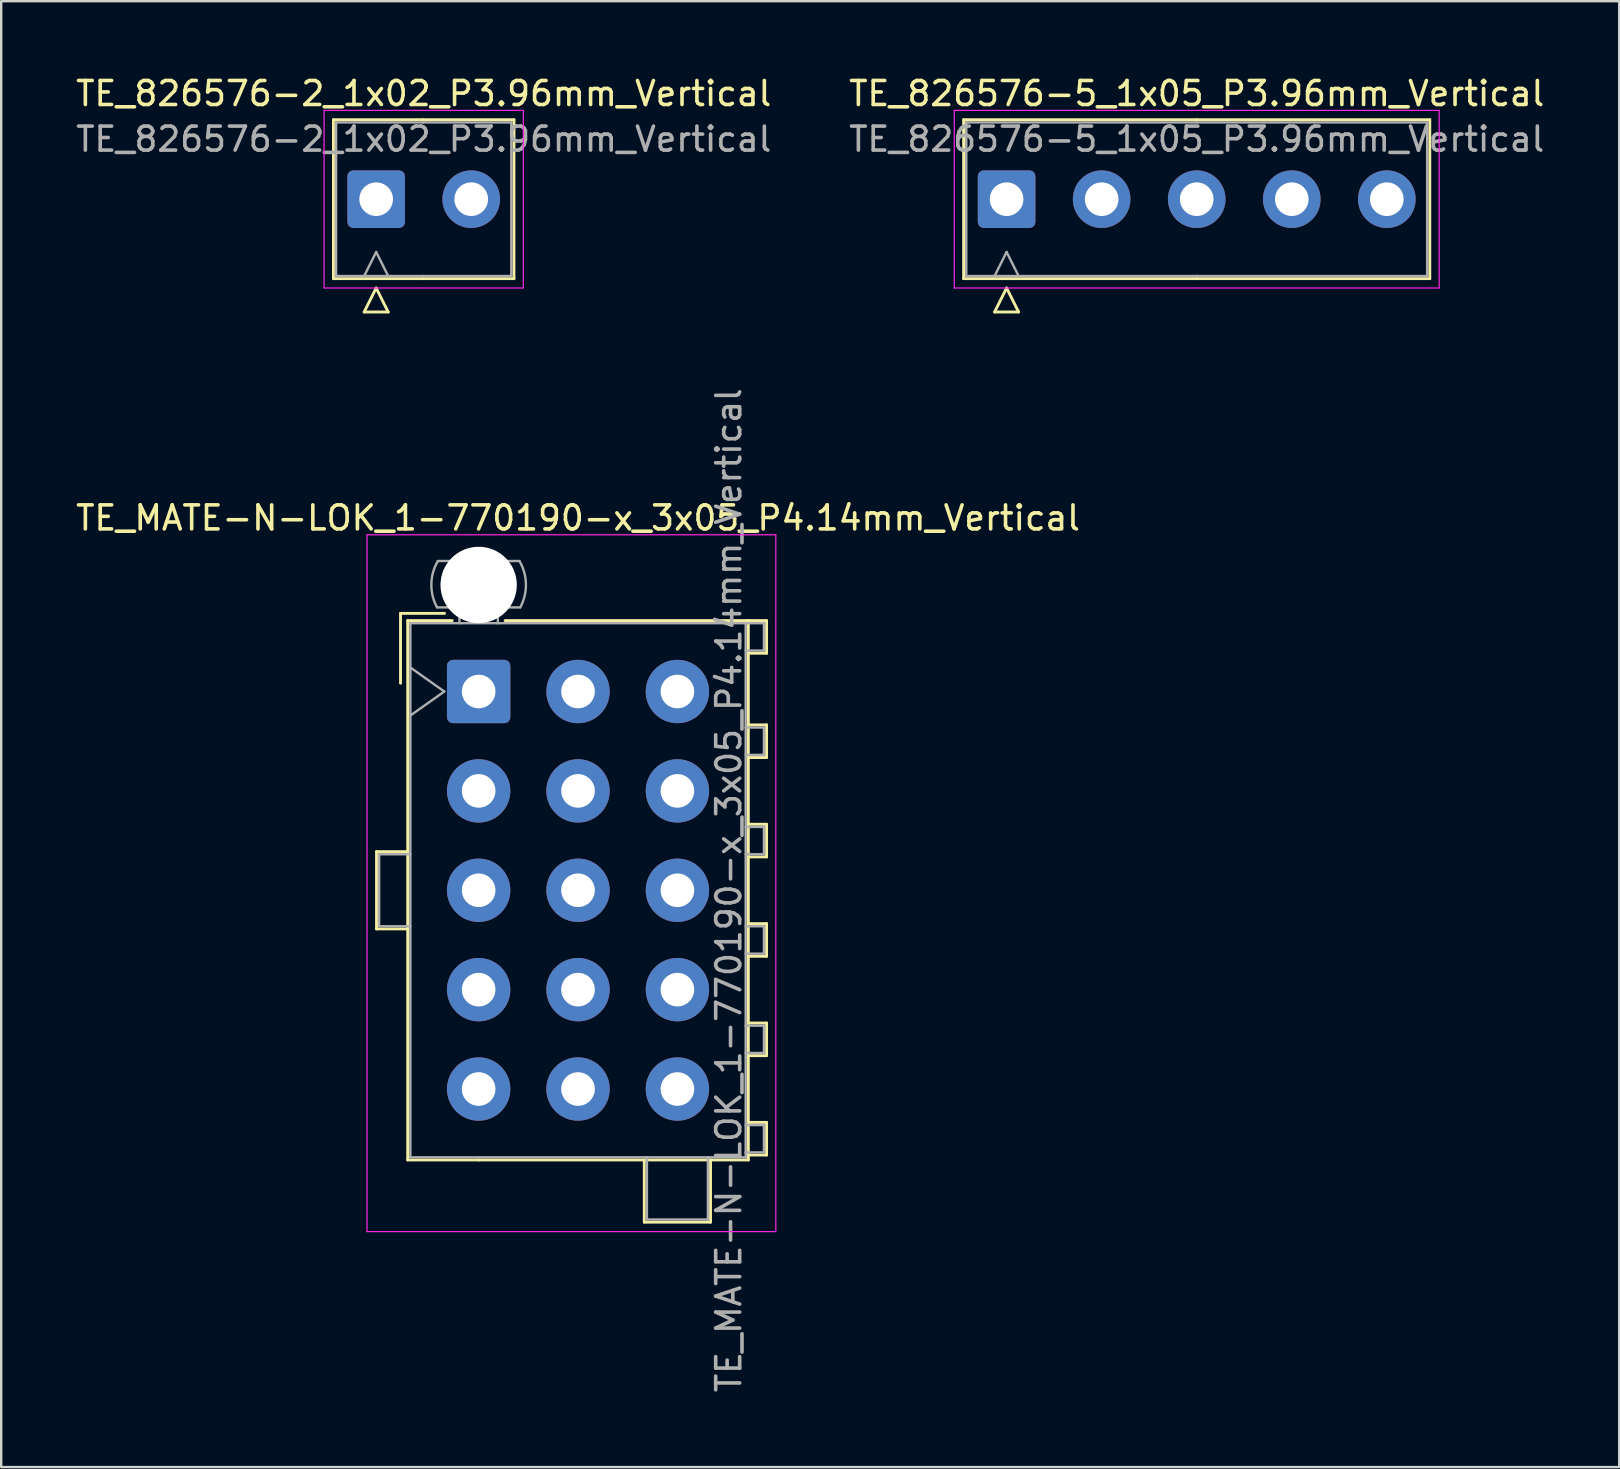
<source format=kicad_pcb>
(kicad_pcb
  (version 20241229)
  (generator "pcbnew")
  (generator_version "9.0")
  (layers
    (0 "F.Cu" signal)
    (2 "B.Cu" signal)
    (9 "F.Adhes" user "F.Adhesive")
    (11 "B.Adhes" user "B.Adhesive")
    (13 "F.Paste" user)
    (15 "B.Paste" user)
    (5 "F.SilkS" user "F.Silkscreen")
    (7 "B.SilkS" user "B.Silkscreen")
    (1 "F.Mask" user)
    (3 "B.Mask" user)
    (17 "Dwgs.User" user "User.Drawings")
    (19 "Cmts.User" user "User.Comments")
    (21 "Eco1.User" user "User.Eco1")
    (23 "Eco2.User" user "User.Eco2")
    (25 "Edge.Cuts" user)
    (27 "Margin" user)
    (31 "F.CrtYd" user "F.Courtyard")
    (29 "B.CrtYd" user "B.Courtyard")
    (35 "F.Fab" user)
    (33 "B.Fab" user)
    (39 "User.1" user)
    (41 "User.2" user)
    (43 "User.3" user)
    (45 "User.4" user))
  (footprint "TE_MATE-N-LOK_1-770190-x_3x05_P4.14mm_Vertical"
    (layer "F.Cu")
    (at 16.89 25.758)
    (property "Reference" "TE_MATE-N-LOK_1-770190-x_3x05_P4.14mm_Vertical" (at 4.14 -7.23 0) (layer "F.SilkS") (effects (font (size 1 1) (thickness 0.15))))
    (attr through_hole)
    (fp_line (start -4.255 6.67) (end -4.255 9.89) (stroke (width 0.12) (type solid)) (layer "F.SilkS"))
    (fp_line (start -4.255 9.89) (end -2.955 9.89) (stroke (width 0.12) (type solid)) (layer "F.SilkS"))
    (fp_line (start -3.255 -3.255) (end -3.255 -0.345) (stroke (width 0.12) (type solid)) (layer "F.SilkS"))
    (fp_line (start -2.955 -2.955) (end -2.955 19.515) (stroke (width 0.12) (type solid)) (layer "F.SilkS"))
    (fp_line (start -2.955 6.67) (end -4.255 6.67) (stroke (width 0.12) (type solid)) (layer "F.SilkS"))
    (fp_line (start -2.955 19.515) (end 0 19.515) (stroke (width 0.12) (type solid)) (layer "F.SilkS"))
    (fp_line (start -1.421 -3.255) (end -3.255 -3.255) (stroke (width 0.12) (type solid)) (layer "F.SilkS"))
    (fp_line (start -1.103 -2.955) (end -2.955 -2.955) (stroke (width 0.12) (type solid)) (layer "F.SilkS"))
    (fp_line (start 1.103 -2.955) (end 11.235 -2.955) (stroke (width 0.12) (type solid)) (layer "F.SilkS"))
    (fp_line (start 6.9 19.515) (end 6.9 22.106) (stroke (width 0.12) (type solid)) (layer "F.SilkS"))
    (fp_line (start 6.9 22.106) (end 9.66 22.106) (stroke (width 0.12) (type solid)) (layer "F.SilkS"))
    (fp_line (start 9.66 22.106) (end 9.66 19.515) (stroke (width 0.12) (type solid)) (layer "F.SilkS"))
    (fp_line (start 11.235 -2.955) (end 11.235 19.515) (stroke (width 0.12) (type solid)) (layer "F.SilkS"))
    (fp_line (start 11.235 -2.955) (end 11.995 -2.955) (stroke (width 0.12) (type solid)) (layer "F.SilkS"))
    (fp_line (start 11.235 1.39) (end 11.995 1.39) (stroke (width 0.12) (type solid)) (layer "F.SilkS"))
    (fp_line (start 11.235 5.53) (end 11.995 5.53) (stroke (width 0.12) (type solid)) (layer "F.SilkS"))
    (fp_line (start 11.235 9.67) (end 11.995 9.67) (stroke (width 0.12) (type solid)) (layer "F.SilkS"))
    (fp_line (start 11.235 13.81) (end 11.995 13.81) (stroke (width 0.12) (type solid)) (layer "F.SilkS"))
    (fp_line (start 11.235 17.95) (end 11.995 17.95) (stroke (width 0.12) (type solid)) (layer "F.SilkS"))
    (fp_line (start 11.235 19.515) (end 0 19.515) (stroke (width 0.12) (type solid)) (layer "F.SilkS"))
    (fp_line (start 11.995 -2.955) (end 11.995 -1.595) (stroke (width 0.12) (type solid)) (layer "F.SilkS"))
    (fp_line (start 11.995 -1.595) (end 11.235 -1.595) (stroke (width 0.12) (type solid)) (layer "F.SilkS"))
    (fp_line (start 11.995 1.39) (end 11.995 2.75) (stroke (width 0.12) (type solid)) (layer "F.SilkS"))
    (fp_line (start 11.995 2.75) (end 11.235 2.75) (stroke (width 0.12) (type solid)) (layer "F.SilkS"))
    (fp_line (start 11.995 5.53) (end 11.995 6.89) (stroke (width 0.12) (type solid)) (layer "F.SilkS"))
    (fp_line (start 11.995 6.89) (end 11.235 6.89) (stroke (width 0.12) (type solid)) (layer "F.SilkS"))
    (fp_line (start 11.995 9.67) (end 11.995 11.03) (stroke (width 0.12) (type solid)) (layer "F.SilkS"))
    (fp_line (start 11.995 11.03) (end 11.235 11.03) (stroke (width 0.12) (type solid)) (layer "F.SilkS"))
    (fp_line (start 11.995 13.81) (end 11.995 15.17) (stroke (width 0.12) (type solid)) (layer "F.SilkS"))
    (fp_line (start 11.995 15.17) (end 11.235 15.17) (stroke (width 0.12) (type solid)) (layer "F.SilkS"))
    (fp_line (start 11.995 17.95) (end 11.995 19.31) (stroke (width 0.12) (type solid)) (layer "F.SilkS"))
    (fp_line (start 11.995 19.31) (end 11.235 19.31) (stroke (width 0.12) (type solid)) (layer "F.SilkS"))
    (fp_line (start -4.65 -6.53) (end -4.65 22.5) (stroke (width 0.05) (type solid)) (layer "F.CrtYd"))
    (fp_line (start -4.65 22.5) (end 12.38 22.5) (stroke (width 0.05) (type solid)) (layer "F.CrtYd"))
    (fp_line (start 12.38 -6.53) (end -4.65 -6.53) (stroke (width 0.05) (type solid)) (layer "F.CrtYd"))
    (fp_line (start 12.38 22.5) (end 12.38 -6.53) (stroke (width 0.05) (type solid)) (layer "F.CrtYd"))
    (fp_line (start -4.145 6.78) (end -4.145 9.78) (stroke (width 0.1) (type solid)) (layer "F.Fab"))
    (fp_line (start -4.145 9.78) (end -2.845 9.78) (stroke (width 0.1) (type solid)) (layer "F.Fab"))
    (fp_line (start -2.845 -2.845) (end -2.845 19.405) (stroke (width 0.1) (type solid)) (layer "F.Fab"))
    (fp_line (start -2.845 -1) (end -1.431 0) (stroke (width 0.1) (type solid)) (layer "F.Fab"))
    (fp_line (start -2.845 6.78) (end -4.145 6.78) (stroke (width 0.1) (type solid)) (layer "F.Fab"))
    (fp_line (start -2.845 19.405) (end 11.125 19.405) (stroke (width 0.1) (type solid)) (layer "F.Fab"))
    (fp_line (start -1.431 0) (end -2.845 1) (stroke (width 0.1) (type solid)) (layer "F.Fab"))
    (fp_line (start -0.8 -2.845) (end -0.8 -3.505) (stroke (width 0.1) (type solid)) (layer "F.Fab"))
    (fp_line (start 0.8 -2.845) (end 0.8 -3.505) (stroke (width 0.1) (type solid)) (layer "F.Fab"))
    (fp_line (start 1.7 -5.436) (end -1.7 -5.436) (stroke (width 0.1) (type solid)) (layer "F.Fab"))
    (fp_line (start 1.734 -3.505) (end -1.734 -3.505) (stroke (width 0.1) (type solid)) (layer "F.Fab"))
    (fp_line (start 7.01 19.405) (end 7.01 21.996) (stroke (width 0.1) (type solid)) (layer "F.Fab"))
    (fp_line (start 7.01 21.996) (end 9.55 21.996) (stroke (width 0.1) (type solid)) (layer "F.Fab"))
    (fp_line (start 9.55 21.996) (end 9.55 19.405) (stroke (width 0.1) (type solid)) (layer "F.Fab"))
    (fp_line (start 11.125 -2.845) (end -2.845 -2.845) (stroke (width 0.1) (type solid)) (layer "F.Fab"))
    (fp_line (start 11.125 -2.845) (end 11.885 -2.845) (stroke (width 0.1) (type solid)) (layer "F.Fab"))
    (fp_line (start 11.125 1.5) (end 11.885 1.5) (stroke (width 0.1) (type solid)) (layer "F.Fab"))
    (fp_line (start 11.125 5.64) (end 11.885 5.64) (stroke (width 0.1) (type solid)) (layer "F.Fab"))
    (fp_line (start 11.125 9.78) (end 11.885 9.78) (stroke (width 0.1) (type solid)) (layer "F.Fab"))
    (fp_line (start 11.125 13.92) (end 11.885 13.92) (stroke (width 0.1) (type solid)) (layer "F.Fab"))
    (fp_line (start 11.125 18.06) (end 11.885 18.06) (stroke (width 0.1) (type solid)) (layer "F.Fab"))
    (fp_line (start 11.125 19.405) (end 11.125 -2.845) (stroke (width 0.1) (type solid)) (layer "F.Fab"))
    (fp_line (start 11.885 -2.845) (end 11.885 -1.705) (stroke (width 0.1) (type solid)) (layer "F.Fab"))
    (fp_line (start 11.885 -1.705) (end 11.125 -1.705) (stroke (width 0.1) (type solid)) (layer "F.Fab"))
    (fp_line (start 11.885 1.5) (end 11.885 2.64) (stroke (width 0.1) (type solid)) (layer "F.Fab"))
    (fp_line (start 11.885 2.64) (end 11.125 2.64) (stroke (width 0.1) (type solid)) (layer "F.Fab"))
    (fp_line (start 11.885 5.64) (end 11.885 6.78) (stroke (width 0.1) (type solid)) (layer "F.Fab"))
    (fp_line (start 11.885 6.78) (end 11.125 6.78) (stroke (width 0.1) (type solid)) (layer "F.Fab"))
    (fp_line (start 11.885 9.78) (end 11.885 10.92) (stroke (width 0.1) (type solid)) (layer "F.Fab"))
    (fp_line (start 11.885 10.92) (end 11.125 10.92) (stroke (width 0.1) (type solid)) (layer "F.Fab"))
    (fp_line (start 11.885 13.92) (end 11.885 15.06) (stroke (width 0.1) (type solid)) (layer "F.Fab"))
    (fp_line (start 11.885 15.06) (end 11.125 15.06) (stroke (width 0.1) (type solid)) (layer "F.Fab"))
    (fp_line (start 11.885 18.06) (end 11.885 19.2) (stroke (width 0.1) (type solid)) (layer "F.Fab"))
    (fp_line (start 11.885 19.2) (end 11.125 19.2) (stroke (width 0.1) (type solid)) (layer "F.Fab"))
    (fp_arc (start -1.733977 -3.505) (mid -1.96969 -4.474992) (end -1.699672 -5.436) (stroke (width 0.1) (type solid)) (layer "F.Fab"))
    (fp_arc (start 1.699672 -5.436) (mid 1.969689 -4.474992) (end 1.733977 -3.505) (stroke (width 0.1) (type solid)) (layer "F.Fab"))
    (fp_text user "${REFERENCE}" (at 10.42 8.28 90) (layer "F.Fab") (effects (font (size 1 1) (thickness 0.15))))
    (pad "" np_thru_hole circle (at 0 -4.44) (size 3.18 3.18) (drill 3.18) (layers "*.Cu" "*.Mask"))
    (pad "1" thru_hole roundrect (at 0 0) (size 2.64 2.64) (drill 1.4) (layers "*.Cu" "*.Mask") (roundrect_rratio 0.095))
    (pad "2" thru_hole circle (at 0 4.14) (size 2.64 2.64) (drill 1.4) (layers "*.Cu" "*.Mask"))
    (pad "3" thru_hole circle (at 0 8.28) (size 2.64 2.64) (drill 1.4) (layers "*.Cu" "*.Mask"))
    (pad "4" thru_hole circle (at 0 12.42) (size 2.64 2.64) (drill 1.4) (layers "*.Cu" "*.Mask"))
    (pad "5" thru_hole circle (at 0 16.56) (size 2.64 2.64) (drill 1.4) (layers "*.Cu" "*.Mask"))
    (pad "6" thru_hole circle (at 4.14 0) (size 2.64 2.64) (drill 1.4) (layers "*.Cu" "*.Mask"))
    (pad "7" thru_hole circle (at 4.14 4.14) (size 2.64 2.64) (drill 1.4) (layers "*.Cu" "*.Mask"))
    (pad "8" thru_hole circle (at 4.14 8.28) (size 2.64 2.64) (drill 1.4) (layers "*.Cu" "*.Mask"))
    (pad "9" thru_hole circle (at 4.14 12.42) (size 2.64 2.64) (drill 1.4) (layers "*.Cu" "*.Mask"))
    (pad "10" thru_hole circle (at 4.14 16.56) (size 2.64 2.64) (drill 1.4) (layers "*.Cu" "*.Mask"))
    (pad "11" thru_hole circle (at 8.28 0) (size 2.64 2.64) (drill 1.4) (layers "*.Cu" "*.Mask"))
    (pad "12" thru_hole circle (at 8.28 4.14) (size 2.64 2.64) (drill 1.4) (layers "*.Cu" "*.Mask"))
    (pad "13" thru_hole circle (at 8.28 8.28) (size 2.64 2.64) (drill 1.4) (layers "*.Cu" "*.Mask"))
    (pad "14" thru_hole circle (at 8.28 12.42) (size 2.64 2.64) (drill 1.4) (layers "*.Cu" "*.Mask"))
    (pad "15" thru_hole circle (at 8.28 16.56) (size 2.64 2.64) (drill 1.4) (layers "*.Cu" "*.Mask")))
  (footprint "TE_826576-2_1x02_P3.96mm_Vertical"
    (layer "F.Cu")
    (at 12.621 5.248)
    (property "Reference" "TE_826576-2_1x02_P3.96mm_Vertical" (at 1.98 -4.4 0) (layer "F.SilkS") (effects (font (size 1 1) (thickness 0.15))))
    (attr through_hole)
    (fp_line (start -1.78 -3.31) (end -1.78 3.31) (stroke (width 0.12) (type solid)) (layer "F.SilkS"))
    (fp_line (start -1.78 3.31) (end 1.98 3.31) (stroke (width 0.12) (type solid)) (layer "F.SilkS"))
    (fp_line (start -0.5 4.7) (end 0 3.7) (stroke (width 0.12) (type solid)) (layer "F.SilkS"))
    (fp_line (start 0 3.7) (end 0.5 4.7) (stroke (width 0.12) (type solid)) (layer "F.SilkS"))
    (fp_line (start 0.5 4.7) (end -0.5 4.7) (stroke (width 0.12) (type solid)) (layer "F.SilkS"))
    (fp_line (start 1.98 -3.31) (end -1.78 -3.31) (stroke (width 0.12) (type solid)) (layer "F.SilkS"))
    (fp_line (start 1.98 -3.31) (end 5.74 -3.31) (stroke (width 0.12) (type solid)) (layer "F.SilkS"))
    (fp_line (start 5.74 -3.31) (end 5.74 3.31) (stroke (width 0.12) (type solid)) (layer "F.SilkS"))
    (fp_line (start 5.74 3.31) (end 1.98 3.31) (stroke (width 0.12) (type solid)) (layer "F.SilkS"))
    (fp_line (start -2.17 -3.7) (end -2.17 3.7) (stroke (width 0.05) (type solid)) (layer "F.CrtYd"))
    (fp_line (start -2.17 3.7) (end 6.13 3.7) (stroke (width 0.05) (type solid)) (layer "F.CrtYd"))
    (fp_line (start 6.13 -3.7) (end -2.17 -3.7) (stroke (width 0.05) (type solid)) (layer "F.CrtYd"))
    (fp_line (start 6.13 3.7) (end 6.13 -3.7) (stroke (width 0.05) (type solid)) (layer "F.CrtYd"))
    (fp_line (start -1.67 -3.2) (end -1.67 3.2) (stroke (width 0.1) (type solid)) (layer "F.Fab"))
    (fp_line (start -1.67 3.2) (end 1.98 3.2) (stroke (width 0.1) (type solid)) (layer "F.Fab"))
    (fp_line (start -0.5 3.2) (end 0 2.2) (stroke (width 0.1) (type solid)) (layer "F.Fab"))
    (fp_line (start 0 2.2) (end 0.5 3.2) (stroke (width 0.1) (type solid)) (layer "F.Fab"))
    (fp_line (start 1.98 -3.2) (end -1.67 -3.2) (stroke (width 0.1) (type solid)) (layer "F.Fab"))
    (fp_line (start 1.98 -3.2) (end 5.63 -3.2) (stroke (width 0.1) (type solid)) (layer "F.Fab"))
    (fp_line (start 5.63 -3.2) (end 5.63 3.2) (stroke (width 0.1) (type solid)) (layer "F.Fab"))
    (fp_line (start 5.63 3.2) (end 1.98 3.2) (stroke (width 0.1) (type solid)) (layer "F.Fab"))
    (fp_text user "${REFERENCE}" (at 1.98 -2.5 0) (layer "F.Fab") (effects (font (size 1 1) (thickness 0.15))))
    (pad "1" thru_hole roundrect (at 0 0) (size 2.4 2.4) (drill 1.4) (layers "*.Cu" "*.Mask") (roundrect_rratio 0.104))
    (pad "2" thru_hole circle (at 3.96 0) (size 2.4 2.4) (drill 1.4) (layers "*.Cu" "*.Mask")))
  (footprint "TE_826576-5_1x05_P3.96mm_Vertical"
    (layer "F.Cu")
    (at 38.884 5.248)
    (property "Reference" "TE_826576-5_1x05_P3.96mm_Vertical" (at 7.92 -4.4 0) (layer "F.SilkS") (effects (font (size 1 1) (thickness 0.15))))
    (attr through_hole)
    (fp_line (start -1.79 -3.31) (end -1.79 3.31) (stroke (width 0.12) (type solid)) (layer "F.SilkS"))
    (fp_line (start -1.79 3.31) (end 7.92 3.31) (stroke (width 0.12) (type solid)) (layer "F.SilkS"))
    (fp_line (start -0.5 4.7) (end 0 3.7) (stroke (width 0.12) (type solid)) (layer "F.SilkS"))
    (fp_line (start 0 3.7) (end 0.5 4.7) (stroke (width 0.12) (type solid)) (layer "F.SilkS"))
    (fp_line (start 0.5 4.7) (end -0.5 4.7) (stroke (width 0.12) (type solid)) (layer "F.SilkS"))
    (fp_line (start 7.92 -3.31) (end -1.79 -3.31) (stroke (width 0.12) (type solid)) (layer "F.SilkS"))
    (fp_line (start 7.92 -3.31) (end 17.63 -3.31) (stroke (width 0.12) (type solid)) (layer "F.SilkS"))
    (fp_line (start 17.63 -3.31) (end 17.63 3.31) (stroke (width 0.12) (type solid)) (layer "F.SilkS"))
    (fp_line (start 17.63 3.31) (end 7.92 3.31) (stroke (width 0.12) (type solid)) (layer "F.SilkS"))
    (fp_line (start -2.18 -3.7) (end -2.18 3.7) (stroke (width 0.05) (type solid)) (layer "F.CrtYd"))
    (fp_line (start -2.18 3.7) (end 18.02 3.7) (stroke (width 0.05) (type solid)) (layer "F.CrtYd"))
    (fp_line (start 18.02 -3.7) (end -2.18 -3.7) (stroke (width 0.05) (type solid)) (layer "F.CrtYd"))
    (fp_line (start 18.02 3.7) (end 18.02 -3.7) (stroke (width 0.05) (type solid)) (layer "F.CrtYd"))
    (fp_line (start -1.68 -3.2) (end -1.68 3.2) (stroke (width 0.1) (type solid)) (layer "F.Fab"))
    (fp_line (start -1.68 3.2) (end 7.92 3.2) (stroke (width 0.1) (type solid)) (layer "F.Fab"))
    (fp_line (start -0.5 3.2) (end 0 2.2) (stroke (width 0.1) (type solid)) (layer "F.Fab"))
    (fp_line (start 0 2.2) (end 0.5 3.2) (stroke (width 0.1) (type solid)) (layer "F.Fab"))
    (fp_line (start 7.92 -3.2) (end -1.68 -3.2) (stroke (width 0.1) (type solid)) (layer "F.Fab"))
    (fp_line (start 7.92 -3.2) (end 17.52 -3.2) (stroke (width 0.1) (type solid)) (layer "F.Fab"))
    (fp_line (start 17.52 -3.2) (end 17.52 3.2) (stroke (width 0.1) (type solid)) (layer "F.Fab"))
    (fp_line (start 17.52 3.2) (end 7.92 3.2) (stroke (width 0.1) (type solid)) (layer "F.Fab"))
    (fp_text user "${REFERENCE}" (at 7.92 -2.5 0) (layer "F.Fab") (effects (font (size 1 1) (thickness 0.15))))
    (pad "1" thru_hole roundrect (at 0 0) (size 2.4 2.4) (drill 1.4) (layers "*.Cu" "*.Mask") (roundrect_rratio 0.104))
    (pad "2" thru_hole circle (at 3.96 0) (size 2.4 2.4) (drill 1.4) (layers "*.Cu" "*.Mask"))
    (pad "3" thru_hole circle (at 7.92 0) (size 2.4 2.4) (drill 1.4) (layers "*.Cu" "*.Mask"))
    (pad "4" thru_hole circle (at 11.88 0) (size 2.4 2.4) (drill 1.4) (layers "*.Cu" "*.Mask"))
    (pad "5" thru_hole circle (at 15.84 0) (size 2.4 2.4) (drill 1.4) (layers "*.Cu" "*.Mask")))
  (gr_rect
    (start -3 -3)
    (end 64.405 58.068)
    (stroke (width 0.1) (type default))
    (fill no)
    (layer "Edge.Cuts")))
</source>
